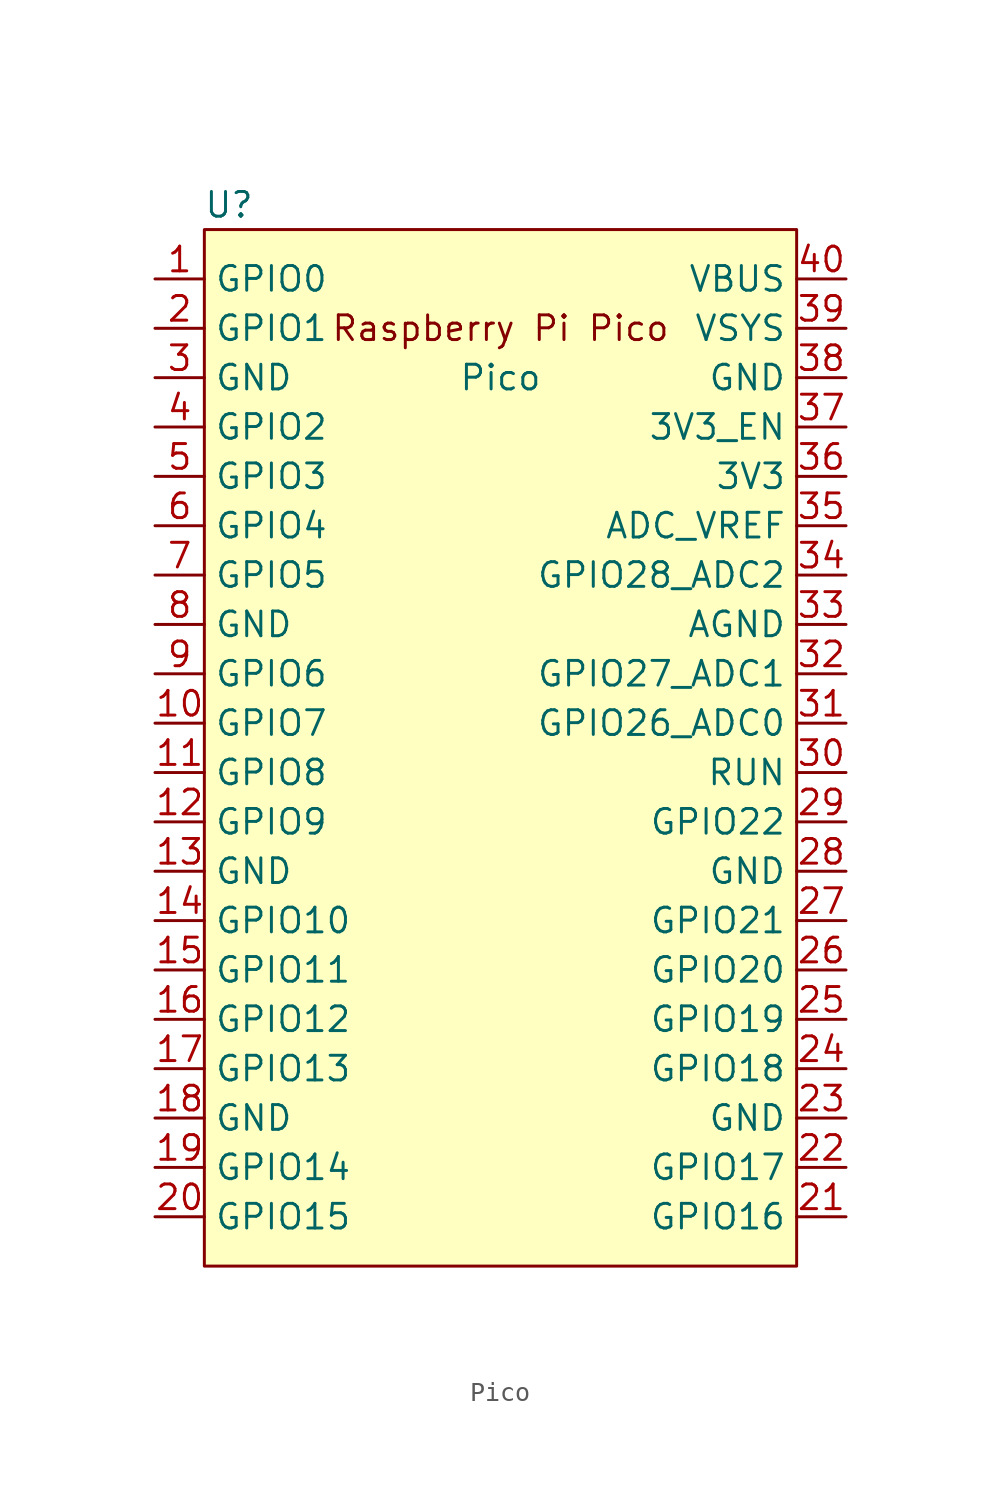
<source format=kicad_sym>
(kicad_symbol_lib
  (version 20211014)
  (generator kicad_symbol_editor)
  (symbol "Pico"
    (property "Reference" "U"
      (at -13.97 27.94 0)
      (effects (font (size 1.27 1.27))))
    (property "Value" "Pico"
      (at 0 19.05 0)
      (effects (font (size 1.27 1.27))))
    (symbol "Pico_0_0"
      (text "Raspberry Pi Pico" (at 0 21.59 0) (effects (font (size 1.27 1.27)))))
    (symbol "Pico_0_1"
      (rectangle (start -15.24 26.67) (end 15.24 -26.67) (stroke (width 0) (type default) (color 0 0 0 0)) (fill (type background))))
    (symbol "Pico_1_1"
      (pin bidirectional line (at -17.78 24.13 0) (length 2.54) (name "GPIO0" (effects (font (size 1.27 1.27)))) (number "1" (effects (font (size 1.27 1.27)))))
      (pin bidirectional line (at -17.78 1.27 0) (length 2.54) (name "GPIO7" (effects (font (size 1.27 1.27)))) (number "10" (effects (font (size 1.27 1.27)))))
      (pin bidirectional line (at -17.78 -1.27 0) (length 2.54) (name "GPIO8" (effects (font (size 1.27 1.27)))) (number "11" (effects (font (size 1.27 1.27)))))
      (pin bidirectional line (at -17.78 -3.81 0) (length 2.54) (name "GPIO9" (effects (font (size 1.27 1.27)))) (number "12" (effects (font (size 1.27 1.27)))))
      (pin power_in line (at -17.78 -6.35 0) (length 2.54) (name "GND" (effects (font (size 1.27 1.27)))) (number "13" (effects (font (size 1.27 1.27)))))
      (pin bidirectional line (at -17.78 -8.89 0) (length 2.54) (name "GPIO10" (effects (font (size 1.27 1.27)))) (number "14" (effects (font (size 1.27 1.27)))))
      (pin bidirectional line (at -17.78 -11.43 0) (length 2.54) (name "GPIO11" (effects (font (size 1.27 1.27)))) (number "15" (effects (font (size 1.27 1.27)))))
      (pin bidirectional line (at -17.78 -13.97 0) (length 2.54) (name "GPIO12" (effects (font (size 1.27 1.27)))) (number "16" (effects (font (size 1.27 1.27)))))
      (pin bidirectional line (at -17.78 -16.51 0) (length 2.54) (name "GPIO13" (effects (font (size 1.27 1.27)))) (number "17" (effects (font (size 1.27 1.27)))))
      (pin power_in line (at -17.78 -19.05 0) (length 2.54) (name "GND" (effects (font (size 1.27 1.27)))) (number "18" (effects (font (size 1.27 1.27)))))
      (pin bidirectional line (at -17.78 -21.59 0) (length 2.54) (name "GPIO14" (effects (font (size 1.27 1.27)))) (number "19" (effects (font (size 1.27 1.27)))))
      (pin bidirectional line (at -17.78 21.59 0) (length 2.54) (name "GPIO1" (effects (font (size 1.27 1.27)))) (number "2" (effects (font (size 1.27 1.27)))))
      (pin bidirectional line (at -17.78 -24.13 0) (length 2.54) (name "GPIO15" (effects (font (size 1.27 1.27)))) (number "20" (effects (font (size 1.27 1.27)))))
      (pin bidirectional line (at 17.78 -24.13 180) (length 2.54) (name "GPIO16" (effects (font (size 1.27 1.27)))) (number "21" (effects (font (size 1.27 1.27)))))
      (pin bidirectional line (at 17.78 -21.59 180) (length 2.54) (name "GPIO17" (effects (font (size 1.27 1.27)))) (number "22" (effects (font (size 1.27 1.27)))))
      (pin power_in line (at 17.78 -19.05 180) (length 2.54) (name "GND" (effects (font (size 1.27 1.27)))) (number "23" (effects (font (size 1.27 1.27)))))
      (pin bidirectional line (at 17.78 -16.51 180) (length 2.54) (name "GPIO18" (effects (font (size 1.27 1.27)))) (number "24" (effects (font (size 1.27 1.27)))))
      (pin bidirectional line (at 17.78 -13.97 180) (length 2.54) (name "GPIO19" (effects (font (size 1.27 1.27)))) (number "25" (effects (font (size 1.27 1.27)))))
      (pin bidirectional line (at 17.78 -11.43 180) (length 2.54) (name "GPIO20" (effects (font (size 1.27 1.27)))) (number "26" (effects (font (size 1.27 1.27)))))
      (pin bidirectional line (at 17.78 -8.89 180) (length 2.54) (name "GPIO21" (effects (font (size 1.27 1.27)))) (number "27" (effects (font (size 1.27 1.27)))))
      (pin power_in line (at 17.78 -6.35 180) (length 2.54) (name "GND" (effects (font (size 1.27 1.27)))) (number "28" (effects (font (size 1.27 1.27)))))
      (pin bidirectional line (at 17.78 -3.81 180) (length 2.54) (name "GPIO22" (effects (font (size 1.27 1.27)))) (number "29" (effects (font (size 1.27 1.27)))))
      (pin power_in line (at -17.78 19.05 0) (length 2.54) (name "GND" (effects (font (size 1.27 1.27)))) (number "3" (effects (font (size 1.27 1.27)))))
      (pin input line (at 17.78 -1.27 180) (length 2.54) (name "RUN" (effects (font (size 1.27 1.27)))) (number "30" (effects (font (size 1.27 1.27)))))
      (pin bidirectional line (at 17.78 1.27 180) (length 2.54) (name "GPIO26_ADC0" (effects (font (size 1.27 1.27)))) (number "31" (effects (font (size 1.27 1.27)))))
      (pin bidirectional line (at 17.78 3.81 180) (length 2.54) (name "GPIO27_ADC1" (effects (font (size 1.27 1.27)))) (number "32" (effects (font (size 1.27 1.27)))))
      (pin power_in line (at 17.78 6.35 180) (length 2.54) (name "AGND" (effects (font (size 1.27 1.27)))) (number "33" (effects (font (size 1.27 1.27)))))
      (pin bidirectional line (at 17.78 8.89 180) (length 2.54) (name "GPIO28_ADC2" (effects (font (size 1.27 1.27)))) (number "34" (effects (font (size 1.27 1.27)))))
      (pin power_in line (at 17.78 11.43 180) (length 2.54) (name "ADC_VREF" (effects (font (size 1.27 1.27)))) (number "35" (effects (font (size 1.27 1.27)))))
      (pin power_in line (at 17.78 13.97 180) (length 2.54) (name "3V3" (effects (font (size 1.27 1.27)))) (number "36" (effects (font (size 1.27 1.27)))))
      (pin input line (at 17.78 16.51 180) (length 2.54) (name "3V3_EN" (effects (font (size 1.27 1.27)))) (number "37" (effects (font (size 1.27 1.27)))))
      (pin bidirectional line (at 17.78 19.05 180) (length 2.54) (name "GND" (effects (font (size 1.27 1.27)))) (number "38" (effects (font (size 1.27 1.27)))))
      (pin power_in line (at 17.78 21.59 180) (length 2.54) (name "VSYS" (effects (font (size 1.27 1.27)))) (number "39" (effects (font (size 1.27 1.27)))))
      (pin bidirectional line (at -17.78 16.51 0) (length 2.54) (name "GPIO2" (effects (font (size 1.27 1.27)))) (number "4" (effects (font (size 1.27 1.27)))))
      (pin power_in line (at 17.78 24.13 180) (length 2.54) (name "VBUS" (effects (font (size 1.27 1.27)))) (number "40" (effects (font (size 1.27 1.27)))))
      (pin bidirectional line (at -17.78 13.97 0) (length 2.54) (name "GPIO3" (effects (font (size 1.27 1.27)))) (number "5" (effects (font (size 1.27 1.27)))))
      (pin bidirectional line (at -17.78 11.43 0) (length 2.54) (name "GPIO4" (effects (font (size 1.27 1.27)))) (number "6" (effects (font (size 1.27 1.27)))))
      (pin bidirectional line (at -17.78 8.89 0) (length 2.54) (name "GPIO5" (effects (font (size 1.27 1.27)))) (number "7" (effects (font (size 1.27 1.27)))))
      (pin power_in line (at -17.78 6.35 0) (length 2.54) (name "GND" (effects (font (size 1.27 1.27)))) (number "8" (effects (font (size 1.27 1.27)))))
      (pin bidirectional line (at -17.78 3.81 0) (length 2.54) (name "GPIO6" (effects (font (size 1.27 1.27)))) (number "9" (effects (font (size 1.27 1.27))))))))
</source>
